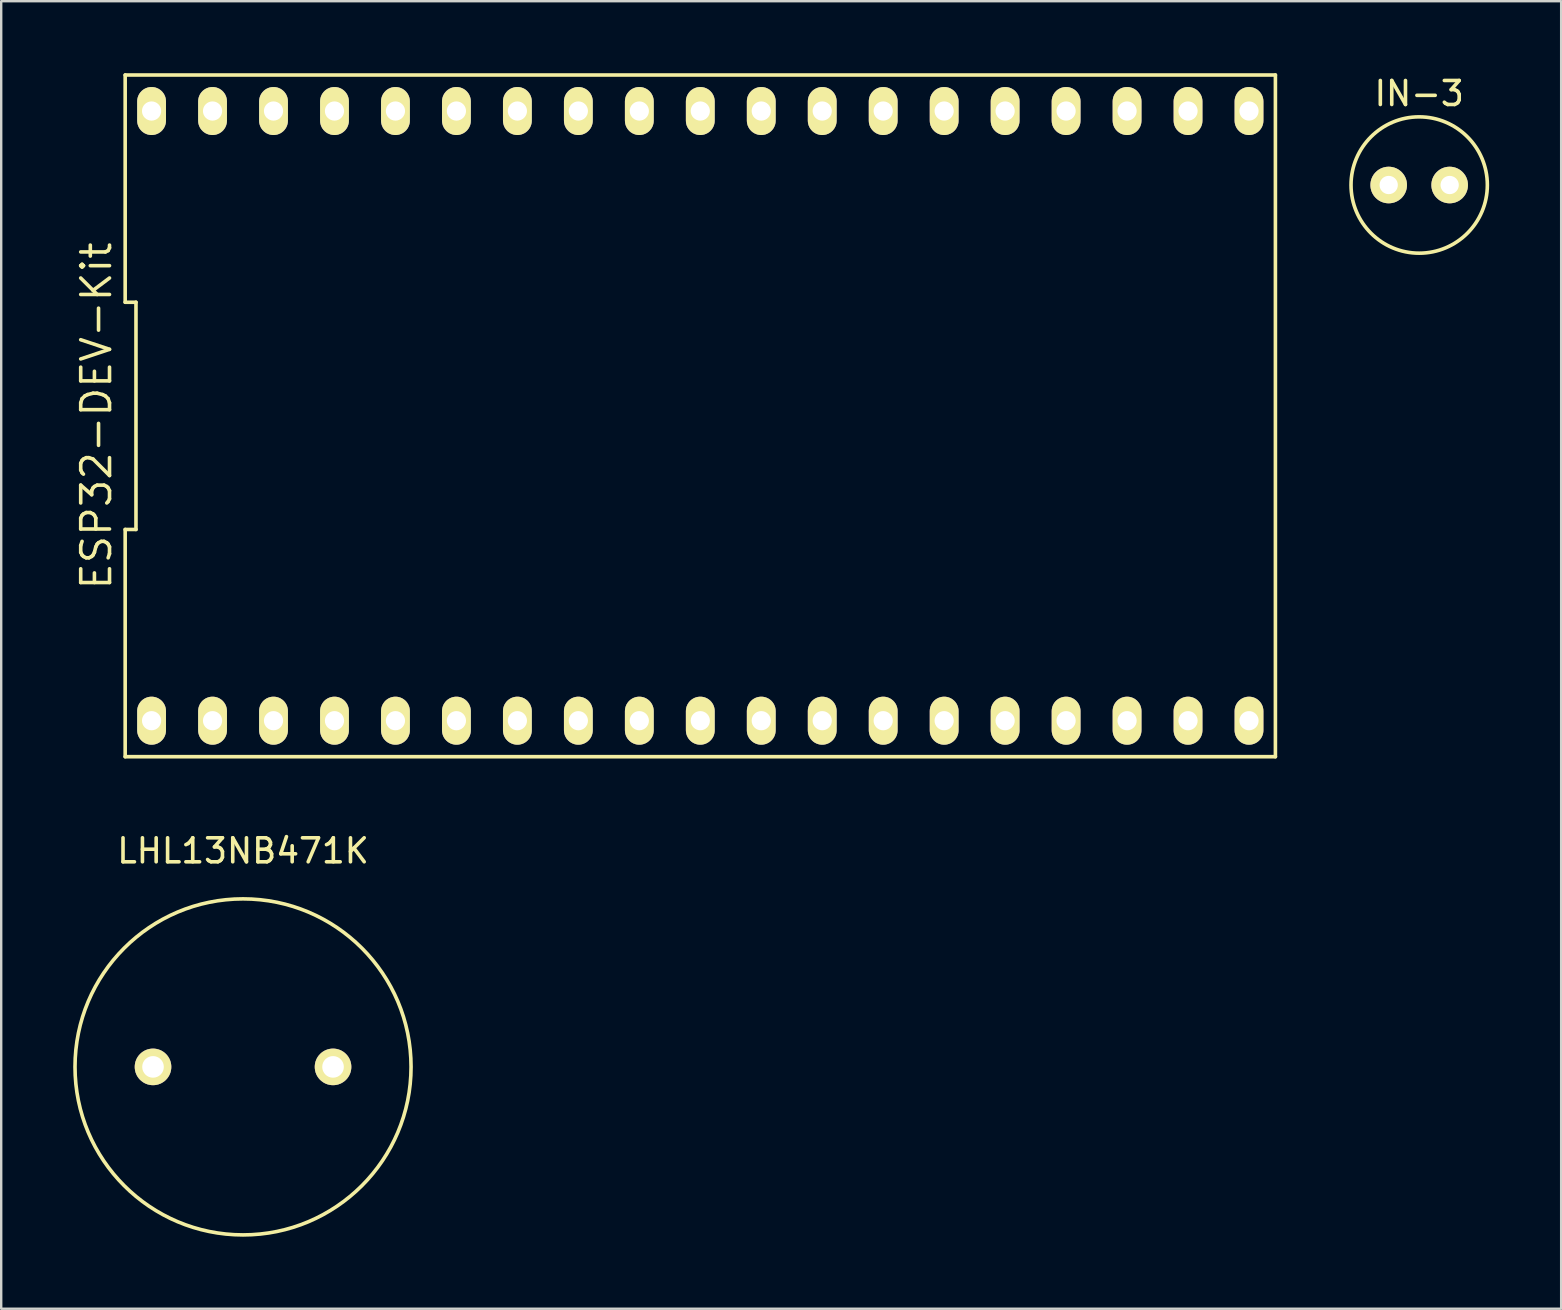
<source format=kicad_pcb>
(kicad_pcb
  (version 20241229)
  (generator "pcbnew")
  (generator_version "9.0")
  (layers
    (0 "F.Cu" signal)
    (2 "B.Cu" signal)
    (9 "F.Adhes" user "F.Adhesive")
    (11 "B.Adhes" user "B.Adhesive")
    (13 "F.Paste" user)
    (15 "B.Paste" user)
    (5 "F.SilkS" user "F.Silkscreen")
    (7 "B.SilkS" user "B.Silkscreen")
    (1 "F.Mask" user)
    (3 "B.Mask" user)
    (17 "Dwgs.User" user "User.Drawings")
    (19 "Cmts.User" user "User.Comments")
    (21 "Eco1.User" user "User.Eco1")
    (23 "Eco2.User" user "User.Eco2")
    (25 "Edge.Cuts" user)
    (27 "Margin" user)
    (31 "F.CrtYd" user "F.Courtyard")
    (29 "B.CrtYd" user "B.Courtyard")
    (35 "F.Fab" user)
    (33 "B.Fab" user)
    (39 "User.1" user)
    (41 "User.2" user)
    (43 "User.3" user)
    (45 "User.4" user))
  (footprint "IN-3"
    (layer "F.Cu")
    (at 56.075 4.658)
    (property "Reference" "IN-3" (at 0 -3.81 0) (layer "F.SilkS") (effects (font (size 1 1) (thickness 0.15))))
    (attr through_hole)
    (fp_circle (center 0 0) (end 1.27 2.54) (stroke (width 0.15) (type solid)) (fill no) (layer "F.SilkS"))
    (pad "1" thru_hole circle (at -1.27 0) (size 1.524 1.524) (drill 0.762) (layers "*.Cu" "*.Mask" "F.SilkS"))
    (pad "2" thru_hole circle (at 1.27 0) (size 1.524 1.524) (drill 0.762) (layers "*.Cu" "*.Mask" "F.SilkS")))
  (footprint "LHL13NB471K"
    (layer "F.Cu")
    (at 7.075 41.398)
    (property "Reference" "LHL13NB471K" (at 0 -9 0) (layer "F.SilkS") (effects (font (size 1 1) (thickness 0.15))))
    (attr through_hole)
    (fp_circle (center 0 0) (end 7 0) (stroke (width 0.15) (type solid)) (fill no) (layer "F.SilkS"))
    (pad "1" thru_hole circle (at -3.75 0) (size 1.524 1.524) (drill 0.9) (layers "*.Cu" "*.Mask" "F.SilkS"))
    (pad "2" thru_hole circle (at 3.75 0) (size 1.524 1.524) (drill 0.9) (layers "*.Cu" "*.Mask" "F.SilkS")))
  (footprint "ESP32-DEV-Kit"
    (layer "F.Cu")
    (at 26.125 14.275)
    (property "Reference" "ESP32-DEV-Kit" (at -25.16 0 90) (layer "F.SilkS") (effects (font (size 1.2 1.2) (thickness 0.15))))
    (attr through_hole)
    (fp_line (start -23.96 -14.2) (end -23.96 -4.733) (stroke (width 0.15) (type solid)) (layer "F.SilkS"))
    (fp_line (start -23.96 -4.733) (end -23.51 -4.733) (stroke (width 0.15) (type solid)) (layer "F.SilkS"))
    (fp_line (start -23.96 4.733) (end -23.96 14.2) (stroke (width 0.15) (type solid)) (layer "F.SilkS"))
    (fp_line (start -23.96 14.2) (end 23.96 14.2) (stroke (width 0.15) (type solid)) (layer "F.SilkS"))
    (fp_line (start -23.51 -4.733) (end -23.51 4.733) (stroke (width 0.15) (type solid)) (layer "F.SilkS"))
    (fp_line (start -23.51 4.733) (end -23.96 4.733) (stroke (width 0.15) (type solid)) (layer "F.SilkS"))
    (fp_line (start 23.96 -14.2) (end -23.96 -14.2) (stroke (width 0.15) (type solid)) (layer "F.SilkS"))
    (fp_line (start 23.96 14.2) (end 23.96 -14.2) (stroke (width 0.15) (type solid)) (layer "F.SilkS"))
    (pad "1" thru_hole oval (at -22.86 12.7) (size 1.2 2) (drill 0.8) (layers "*.Cu" "*.Mask" "F.SilkS"))
    (pad "2" thru_hole oval (at -20.32 12.7) (size 1.2 2) (drill 0.8) (layers "*.Cu" "*.Mask" "F.SilkS"))
    (pad "3" thru_hole oval (at -17.78 12.7) (size 1.2 2) (drill 0.8) (layers "*.Cu" "*.Mask" "F.SilkS"))
    (pad "4" thru_hole oval (at -15.24 12.7) (size 1.2 2) (drill 0.8) (layers "*.Cu" "*.Mask" "F.SilkS"))
    (pad "5" thru_hole oval (at -12.7 12.7) (size 1.2 2) (drill 0.8) (layers "*.Cu" "*.Mask" "F.SilkS"))
    (pad "6" thru_hole oval (at -10.16 12.7) (size 1.2 2) (drill 0.8) (layers "*.Cu" "*.Mask" "F.SilkS"))
    (pad "7" thru_hole oval (at -7.62 12.7) (size 1.2 2) (drill 0.8) (layers "*.Cu" "*.Mask" "F.SilkS"))
    (pad "8" thru_hole oval (at -5.08 12.7) (size 1.2 2) (drill 0.8) (layers "*.Cu" "*.Mask" "F.SilkS"))
    (pad "9" thru_hole oval (at -2.54 12.7) (size 1.2 2) (drill 0.8) (layers "*.Cu" "*.Mask" "F.SilkS"))
    (pad "10" thru_hole oval (at 0 12.7) (size 1.2 2) (drill 0.8) (layers "*.Cu" "*.Mask" "F.SilkS"))
    (pad "11" thru_hole oval (at 2.54 12.7) (size 1.2 2) (drill 0.8) (layers "*.Cu" "*.Mask" "F.SilkS"))
    (pad "12" thru_hole oval (at 5.08 12.7) (size 1.2 2) (drill 0.8) (layers "*.Cu" "*.Mask" "F.SilkS"))
    (pad "13" thru_hole oval (at 7.62 12.7) (size 1.2 2) (drill 0.8) (layers "*.Cu" "*.Mask" "F.SilkS"))
    (pad "14" thru_hole oval (at 10.16 12.7) (size 1.2 2) (drill 0.8) (layers "*.Cu" "*.Mask" "F.SilkS"))
    (pad "15" thru_hole oval (at 12.7 12.7) (size 1.2 2) (drill 0.8) (layers "*.Cu" "*.Mask" "F.SilkS"))
    (pad "16" thru_hole oval (at 15.24 12.7) (size 1.2 2) (drill 0.8) (layers "*.Cu" "*.Mask" "F.SilkS"))
    (pad "17" thru_hole oval (at 17.78 12.7) (size 1.2 2) (drill 0.8) (layers "*.Cu" "*.Mask" "F.SilkS"))
    (pad "18" thru_hole oval (at 20.32 12.7) (size 1.2 2) (drill 0.8) (layers "*.Cu" "*.Mask" "F.SilkS"))
    (pad "19" thru_hole oval (at 22.86 12.7) (size 1.2 2) (drill 0.8) (layers "*.Cu" "*.Mask" "F.SilkS"))
    (pad "20" thru_hole oval (at 22.86 -12.7) (size 1.2 2) (drill 0.8) (layers "*.Cu" "*.Mask" "F.SilkS"))
    (pad "21" thru_hole oval (at 20.32 -12.7) (size 1.2 2) (drill 0.8) (layers "*.Cu" "*.Mask" "F.SilkS"))
    (pad "22" thru_hole oval (at 17.78 -12.7) (size 1.2 2) (drill 0.8) (layers "*.Cu" "*.Mask" "F.SilkS"))
    (pad "23" thru_hole oval (at 15.24 -12.7) (size 1.2 2) (drill 0.8) (layers "*.Cu" "*.Mask" "F.SilkS"))
    (pad "24" thru_hole oval (at 12.7 -12.7) (size 1.2 2) (drill 0.8) (layers "*.Cu" "*.Mask" "F.SilkS"))
    (pad "25" thru_hole oval (at 10.16 -12.7) (size 1.2 2) (drill 0.8) (layers "*.Cu" "*.Mask" "F.SilkS"))
    (pad "26" thru_hole oval (at 7.62 -12.7) (size 1.2 2) (drill 0.8) (layers "*.Cu" "*.Mask" "F.SilkS"))
    (pad "27" thru_hole oval (at 5.08 -12.7) (size 1.2 2) (drill 0.8) (layers "*.Cu" "*.Mask" "F.SilkS"))
    (pad "28" thru_hole oval (at 2.54 -12.7) (size 1.2 2) (drill 0.8) (layers "*.Cu" "*.Mask" "F.SilkS"))
    (pad "29" thru_hole oval (at 0 -12.7) (size 1.2 2) (drill 0.8) (layers "*.Cu" "*.Mask" "F.SilkS"))
    (pad "30" thru_hole oval (at -2.54 -12.7) (size 1.2 2) (drill 0.8) (layers "*.Cu" "*.Mask" "F.SilkS"))
    (pad "31" thru_hole oval (at -5.08 -12.7) (size 1.2 2) (drill 0.8) (layers "*.Cu" "*.Mask" "F.SilkS"))
    (pad "32" thru_hole oval (at -7.62 -12.7) (size 1.2 2) (drill 0.8) (layers "*.Cu" "*.Mask" "F.SilkS"))
    (pad "33" thru_hole oval (at -10.16 -12.7) (size 1.2 2) (drill 0.8) (layers "*.Cu" "*.Mask" "F.SilkS"))
    (pad "34" thru_hole oval (at -12.7 -12.7) (size 1.2 2) (drill 0.8) (layers "*.Cu" "*.Mask" "F.SilkS"))
    (pad "35" thru_hole oval (at -15.24 -12.7) (size 1.2 2) (drill 0.8) (layers "*.Cu" "*.Mask" "F.SilkS"))
    (pad "36" thru_hole oval (at -17.78 -12.7) (size 1.2 2) (drill 0.8) (layers "*.Cu" "*.Mask" "F.SilkS"))
    (pad "37" thru_hole oval (at -20.32 -12.7) (size 1.2 2) (drill 0.8) (layers "*.Cu" "*.Mask" "F.SilkS"))
    (pad "38" thru_hole oval (at -22.86 -12.7) (size 1.2 2) (drill 0.8) (layers "*.Cu" "*.Mask" "F.SilkS")))
  (gr_rect
    (start -3 -3)
    (end 61.99 51.473)
    (stroke (width 0.1) (type default))
    (fill no)
    (layer "Edge.Cuts")))
</source>
